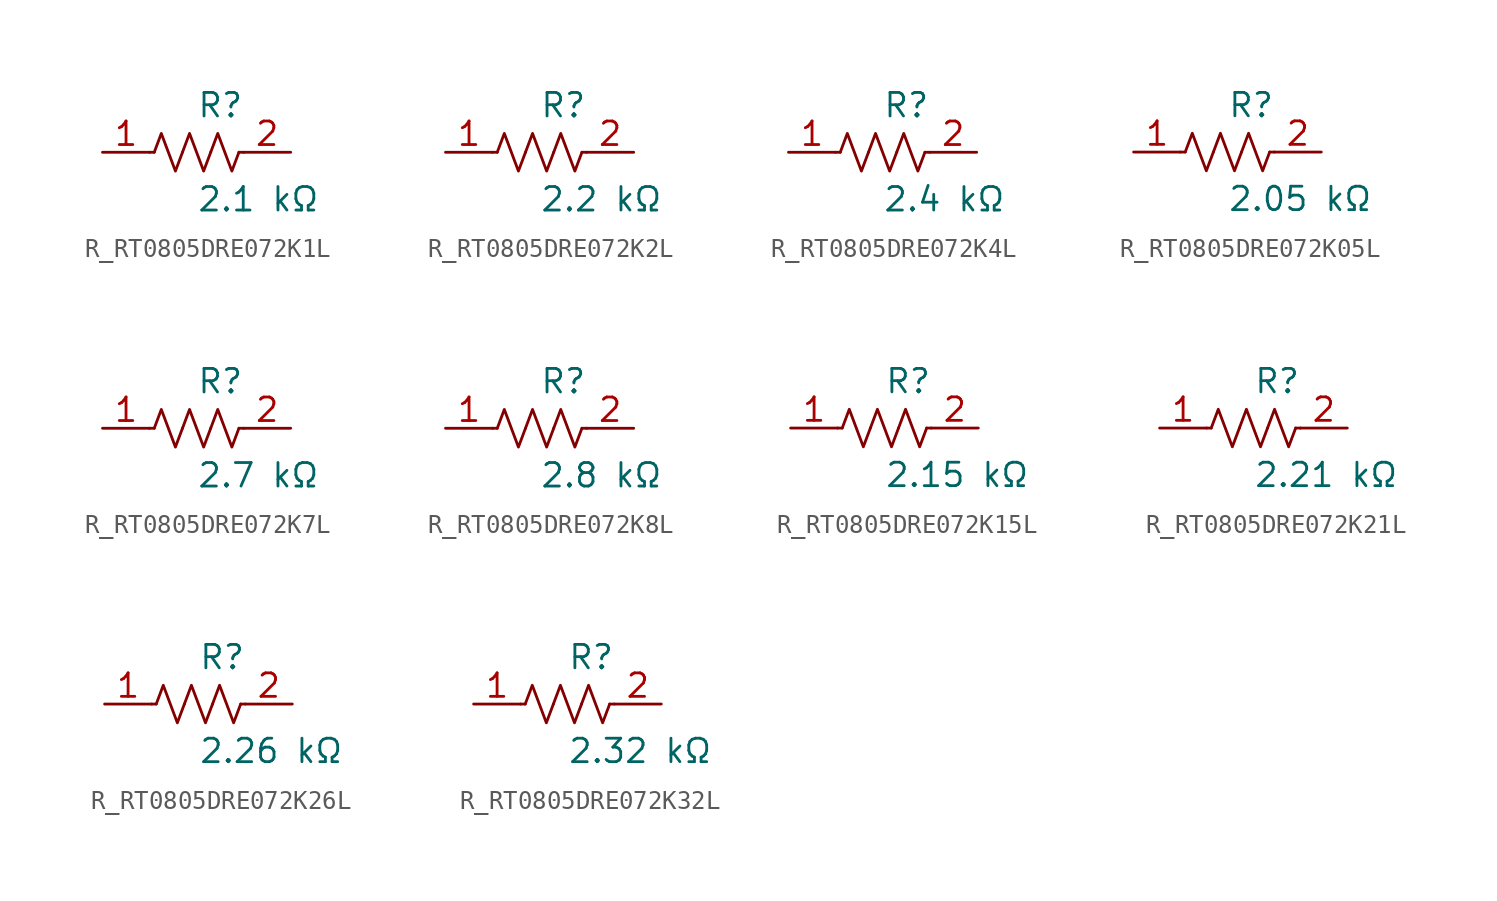
<source format=kicad_sym>
(kicad_symbol_lib
  (version 20231120)
  (generator kicad_symbol_editor)
  (generator_version 8.0)
  (symbol "R_RT0805DRE072K1L"
    (pin_names
      (offset 0.254))
    (property "Reference" "R"
      (at 0 2.54 0)
      (effects (font (size 1.27 1.27)) (justify left)))
    (property "Value" "2.1 kΩ"
      (at 0 -2.54 0)
      (effects (font (size 1.27 1.27)) (justify left)))
    (symbol "R_RT0805DRE072K1L_0_1"
      (polyline (pts (xy 2.286 0) (xy 2.54 0)) (stroke (width 0) (type default)) (fill (type none)))
      (polyline (pts (xy -2.286 0) (xy -2.54 0)) (stroke (width 0) (type default)) (fill (type none)))
      (polyline (pts (xy 0.762 0) (xy 1.143 1.016) (xy 1.524 0) (xy 1.905 -1.016) (xy 2.286 0)) (stroke (width 0) (type default)) (fill (type none)))
      (polyline (pts (xy -0.762 0) (xy -0.381 1.016) (xy 0 0) (xy 0.381 -1.016) (xy 0.762 0)) (stroke (width 0) (type default)) (fill (type none)))
      (polyline (pts (xy -2.286 0) (xy -1.905 1.016) (xy -1.524 0) (xy -1.143 -1.016) (xy -0.762 0)) (stroke (width 0) (type default)) (fill (type none))))
    (pin passive line
      (at -5.08 0 0)
      (length 2.54)
      (name "" (effects (font (size 1.27 1.27))))
      (number "1" (effects (font (size 1.27 1.27)))))
    (pin passive line
      (at 5.08 0 180)
      (length 2.54)
      (name "" (effects (font (size 1.27 1.27))))
      (number "2" (effects (font (size 1.27 1.27))))))
  (symbol "R_RT0805DRE072K2L"
    (pin_names
      (offset 0.254))
    (property "Reference" "R"
      (at 0 2.54 0)
      (effects (font (size 1.27 1.27)) (justify left)))
    (property "Value" "2.2 kΩ"
      (at 0 -2.54 0)
      (effects (font (size 1.27 1.27)) (justify left)))
    (symbol "R_RT0805DRE072K2L_0_1"
      (polyline (pts (xy 2.286 0) (xy 2.54 0)) (stroke (width 0) (type default)) (fill (type none)))
      (polyline (pts (xy -2.286 0) (xy -2.54 0)) (stroke (width 0) (type default)) (fill (type none)))
      (polyline (pts (xy 0.762 0) (xy 1.143 1.016) (xy 1.524 0) (xy 1.905 -1.016) (xy 2.286 0)) (stroke (width 0) (type default)) (fill (type none)))
      (polyline (pts (xy -0.762 0) (xy -0.381 1.016) (xy 0 0) (xy 0.381 -1.016) (xy 0.762 0)) (stroke (width 0) (type default)) (fill (type none)))
      (polyline (pts (xy -2.286 0) (xy -1.905 1.016) (xy -1.524 0) (xy -1.143 -1.016) (xy -0.762 0)) (stroke (width 0) (type default)) (fill (type none))))
    (pin passive line
      (at -5.08 0 0)
      (length 2.54)
      (name "" (effects (font (size 1.27 1.27))))
      (number "1" (effects (font (size 1.27 1.27)))))
    (pin passive line
      (at 5.08 0 180)
      (length 2.54)
      (name "" (effects (font (size 1.27 1.27))))
      (number "2" (effects (font (size 1.27 1.27))))))
  (symbol "R_RT0805DRE072K4L"
    (pin_names
      (offset 0.254))
    (property "Reference" "R"
      (at 0 2.54 0)
      (effects (font (size 1.27 1.27)) (justify left)))
    (property "Value" "2.4 kΩ"
      (at 0 -2.54 0)
      (effects (font (size 1.27 1.27)) (justify left)))
    (symbol "R_RT0805DRE072K4L_0_1"
      (polyline (pts (xy 2.286 0) (xy 2.54 0)) (stroke (width 0) (type default)) (fill (type none)))
      (polyline (pts (xy -2.286 0) (xy -2.54 0)) (stroke (width 0) (type default)) (fill (type none)))
      (polyline (pts (xy 0.762 0) (xy 1.143 1.016) (xy 1.524 0) (xy 1.905 -1.016) (xy 2.286 0)) (stroke (width 0) (type default)) (fill (type none)))
      (polyline (pts (xy -0.762 0) (xy -0.381 1.016) (xy 0 0) (xy 0.381 -1.016) (xy 0.762 0)) (stroke (width 0) (type default)) (fill (type none)))
      (polyline (pts (xy -2.286 0) (xy -1.905 1.016) (xy -1.524 0) (xy -1.143 -1.016) (xy -0.762 0)) (stroke (width 0) (type default)) (fill (type none))))
    (pin passive line
      (at -5.08 0 0)
      (length 2.54)
      (name "" (effects (font (size 1.27 1.27))))
      (number "1" (effects (font (size 1.27 1.27)))))
    (pin passive line
      (at 5.08 0 180)
      (length 2.54)
      (name "" (effects (font (size 1.27 1.27))))
      (number "2" (effects (font (size 1.27 1.27))))))
  (symbol "R_RT0805DRE072K05L"
    (pin_names
      (offset 0.254))
    (property "Reference" "R"
      (at 0 2.54 0)
      (effects (font (size 1.27 1.27)) (justify left)))
    (property "Value" "2.05 kΩ"
      (at 0 -2.54 0)
      (effects (font (size 1.27 1.27)) (justify left)))
    (symbol "R_RT0805DRE072K05L_0_1"
      (polyline (pts (xy 2.286 0) (xy 2.54 0)) (stroke (width 0) (type default)) (fill (type none)))
      (polyline (pts (xy -2.286 0) (xy -2.54 0)) (stroke (width 0) (type default)) (fill (type none)))
      (polyline (pts (xy 0.762 0) (xy 1.143 1.016) (xy 1.524 0) (xy 1.905 -1.016) (xy 2.286 0)) (stroke (width 0) (type default)) (fill (type none)))
      (polyline (pts (xy -0.762 0) (xy -0.381 1.016) (xy 0 0) (xy 0.381 -1.016) (xy 0.762 0)) (stroke (width 0) (type default)) (fill (type none)))
      (polyline (pts (xy -2.286 0) (xy -1.905 1.016) (xy -1.524 0) (xy -1.143 -1.016) (xy -0.762 0)) (stroke (width 0) (type default)) (fill (type none))))
    (pin passive line
      (at -5.08 0 0)
      (length 2.54)
      (name "" (effects (font (size 1.27 1.27))))
      (number "1" (effects (font (size 1.27 1.27)))))
    (pin passive line
      (at 5.08 0 180)
      (length 2.54)
      (name "" (effects (font (size 1.27 1.27))))
      (number "2" (effects (font (size 1.27 1.27))))))
  (symbol "R_RT0805DRE072K7L"
    (pin_names
      (offset 0.254))
    (property "Reference" "R"
      (at 0 2.54 0)
      (effects (font (size 1.27 1.27)) (justify left)))
    (property "Value" "2.7 kΩ"
      (at 0 -2.54 0)
      (effects (font (size 1.27 1.27)) (justify left)))
    (symbol "R_RT0805DRE072K7L_0_1"
      (polyline (pts (xy 2.286 0) (xy 2.54 0)) (stroke (width 0) (type default)) (fill (type none)))
      (polyline (pts (xy -2.286 0) (xy -2.54 0)) (stroke (width 0) (type default)) (fill (type none)))
      (polyline (pts (xy 0.762 0) (xy 1.143 1.016) (xy 1.524 0) (xy 1.905 -1.016) (xy 2.286 0)) (stroke (width 0) (type default)) (fill (type none)))
      (polyline (pts (xy -0.762 0) (xy -0.381 1.016) (xy 0 0) (xy 0.381 -1.016) (xy 0.762 0)) (stroke (width 0) (type default)) (fill (type none)))
      (polyline (pts (xy -2.286 0) (xy -1.905 1.016) (xy -1.524 0) (xy -1.143 -1.016) (xy -0.762 0)) (stroke (width 0) (type default)) (fill (type none))))
    (pin passive line
      (at -5.08 0 0)
      (length 2.54)
      (name "" (effects (font (size 1.27 1.27))))
      (number "1" (effects (font (size 1.27 1.27)))))
    (pin passive line
      (at 5.08 0 180)
      (length 2.54)
      (name "" (effects (font (size 1.27 1.27))))
      (number "2" (effects (font (size 1.27 1.27))))))
  (symbol "R_RT0805DRE072K8L"
    (pin_names
      (offset 0.254))
    (property "Reference" "R"
      (at 0 2.54 0)
      (effects (font (size 1.27 1.27)) (justify left)))
    (property "Value" "2.8 kΩ"
      (at 0 -2.54 0)
      (effects (font (size 1.27 1.27)) (justify left)))
    (symbol "R_RT0805DRE072K8L_0_1"
      (polyline (pts (xy 2.286 0) (xy 2.54 0)) (stroke (width 0) (type default)) (fill (type none)))
      (polyline (pts (xy -2.286 0) (xy -2.54 0)) (stroke (width 0) (type default)) (fill (type none)))
      (polyline (pts (xy 0.762 0) (xy 1.143 1.016) (xy 1.524 0) (xy 1.905 -1.016) (xy 2.286 0)) (stroke (width 0) (type default)) (fill (type none)))
      (polyline (pts (xy -0.762 0) (xy -0.381 1.016) (xy 0 0) (xy 0.381 -1.016) (xy 0.762 0)) (stroke (width 0) (type default)) (fill (type none)))
      (polyline (pts (xy -2.286 0) (xy -1.905 1.016) (xy -1.524 0) (xy -1.143 -1.016) (xy -0.762 0)) (stroke (width 0) (type default)) (fill (type none))))
    (pin passive line
      (at -5.08 0 0)
      (length 2.54)
      (name "" (effects (font (size 1.27 1.27))))
      (number "1" (effects (font (size 1.27 1.27)))))
    (pin passive line
      (at 5.08 0 180)
      (length 2.54)
      (name "" (effects (font (size 1.27 1.27))))
      (number "2" (effects (font (size 1.27 1.27))))))
  (symbol "R_RT0805DRE072K15L"
    (pin_names
      (offset 0.254))
    (property "Reference" "R"
      (at 0 2.54 0)
      (effects (font (size 1.27 1.27)) (justify left)))
    (property "Value" "2.15 kΩ"
      (at 0 -2.54 0)
      (effects (font (size 1.27 1.27)) (justify left)))
    (symbol "R_RT0805DRE072K15L_0_1"
      (polyline (pts (xy 2.286 0) (xy 2.54 0)) (stroke (width 0) (type default)) (fill (type none)))
      (polyline (pts (xy -2.286 0) (xy -2.54 0)) (stroke (width 0) (type default)) (fill (type none)))
      (polyline (pts (xy 0.762 0) (xy 1.143 1.016) (xy 1.524 0) (xy 1.905 -1.016) (xy 2.286 0)) (stroke (width 0) (type default)) (fill (type none)))
      (polyline (pts (xy -0.762 0) (xy -0.381 1.016) (xy 0 0) (xy 0.381 -1.016) (xy 0.762 0)) (stroke (width 0) (type default)) (fill (type none)))
      (polyline (pts (xy -2.286 0) (xy -1.905 1.016) (xy -1.524 0) (xy -1.143 -1.016) (xy -0.762 0)) (stroke (width 0) (type default)) (fill (type none))))
    (pin passive line
      (at -5.08 0 0)
      (length 2.54)
      (name "" (effects (font (size 1.27 1.27))))
      (number "1" (effects (font (size 1.27 1.27)))))
    (pin passive line
      (at 5.08 0 180)
      (length 2.54)
      (name "" (effects (font (size 1.27 1.27))))
      (number "2" (effects (font (size 1.27 1.27))))))
  (symbol "R_RT0805DRE072K21L"
    (pin_names
      (offset 0.254))
    (property "Reference" "R"
      (at 0 2.54 0)
      (effects (font (size 1.27 1.27)) (justify left)))
    (property "Value" "2.21 kΩ"
      (at 0 -2.54 0)
      (effects (font (size 1.27 1.27)) (justify left)))
    (symbol "R_RT0805DRE072K21L_0_1"
      (polyline (pts (xy 2.286 0) (xy 2.54 0)) (stroke (width 0) (type default)) (fill (type none)))
      (polyline (pts (xy -2.286 0) (xy -2.54 0)) (stroke (width 0) (type default)) (fill (type none)))
      (polyline (pts (xy 0.762 0) (xy 1.143 1.016) (xy 1.524 0) (xy 1.905 -1.016) (xy 2.286 0)) (stroke (width 0) (type default)) (fill (type none)))
      (polyline (pts (xy -0.762 0) (xy -0.381 1.016) (xy 0 0) (xy 0.381 -1.016) (xy 0.762 0)) (stroke (width 0) (type default)) (fill (type none)))
      (polyline (pts (xy -2.286 0) (xy -1.905 1.016) (xy -1.524 0) (xy -1.143 -1.016) (xy -0.762 0)) (stroke (width 0) (type default)) (fill (type none))))
    (pin passive line
      (at -5.08 0 0)
      (length 2.54)
      (name "" (effects (font (size 1.27 1.27))))
      (number "1" (effects (font (size 1.27 1.27)))))
    (pin passive line
      (at 5.08 0 180)
      (length 2.54)
      (name "" (effects (font (size 1.27 1.27))))
      (number "2" (effects (font (size 1.27 1.27))))))
  (symbol "R_RT0805DRE072K26L"
    (pin_names
      (offset 0.254))
    (property "Reference" "R"
      (at 0 2.54 0)
      (effects (font (size 1.27 1.27)) (justify left)))
    (property "Value" "2.26 kΩ"
      (at 0 -2.54 0)
      (effects (font (size 1.27 1.27)) (justify left)))
    (symbol "R_RT0805DRE072K26L_0_1"
      (polyline (pts (xy 2.286 0) (xy 2.54 0)) (stroke (width 0) (type default)) (fill (type none)))
      (polyline (pts (xy -2.286 0) (xy -2.54 0)) (stroke (width 0) (type default)) (fill (type none)))
      (polyline (pts (xy 0.762 0) (xy 1.143 1.016) (xy 1.524 0) (xy 1.905 -1.016) (xy 2.286 0)) (stroke (width 0) (type default)) (fill (type none)))
      (polyline (pts (xy -0.762 0) (xy -0.381 1.016) (xy 0 0) (xy 0.381 -1.016) (xy 0.762 0)) (stroke (width 0) (type default)) (fill (type none)))
      (polyline (pts (xy -2.286 0) (xy -1.905 1.016) (xy -1.524 0) (xy -1.143 -1.016) (xy -0.762 0)) (stroke (width 0) (type default)) (fill (type none))))
    (pin passive line
      (at -5.08 0 0)
      (length 2.54)
      (name "" (effects (font (size 1.27 1.27))))
      (number "1" (effects (font (size 1.27 1.27)))))
    (pin passive line
      (at 5.08 0 180)
      (length 2.54)
      (name "" (effects (font (size 1.27 1.27))))
      (number "2" (effects (font (size 1.27 1.27))))))
  (symbol "R_RT0805DRE072K32L"
    (pin_names
      (offset 0.254))
    (property "Reference" "R"
      (at 0 2.54 0)
      (effects (font (size 1.27 1.27)) (justify left)))
    (property "Value" "2.32 kΩ"
      (at 0 -2.54 0)
      (effects (font (size 1.27 1.27)) (justify left)))
    (symbol "R_RT0805DRE072K32L_0_1"
      (polyline (pts (xy 2.286 0) (xy 2.54 0)) (stroke (width 0) (type default)) (fill (type none)))
      (polyline (pts (xy -2.286 0) (xy -2.54 0)) (stroke (width 0) (type default)) (fill (type none)))
      (polyline (pts (xy 0.762 0) (xy 1.143 1.016) (xy 1.524 0) (xy 1.905 -1.016) (xy 2.286 0)) (stroke (width 0) (type default)) (fill (type none)))
      (polyline (pts (xy -0.762 0) (xy -0.381 1.016) (xy 0 0) (xy 0.381 -1.016) (xy 0.762 0)) (stroke (width 0) (type default)) (fill (type none)))
      (polyline (pts (xy -2.286 0) (xy -1.905 1.016) (xy -1.524 0) (xy -1.143 -1.016) (xy -0.762 0)) (stroke (width 0) (type default)) (fill (type none))))
    (pin passive line
      (at -5.08 0 0)
      (length 2.54)
      (name "" (effects (font (size 1.27 1.27))))
      (number "1" (effects (font (size 1.27 1.27)))))
    (pin passive line
      (at 5.08 0 180)
      (length 2.54)
      (name "" (effects (font (size 1.27 1.27))))
      (number "2" (effects (font (size 1.27 1.27)))))))
</source>
